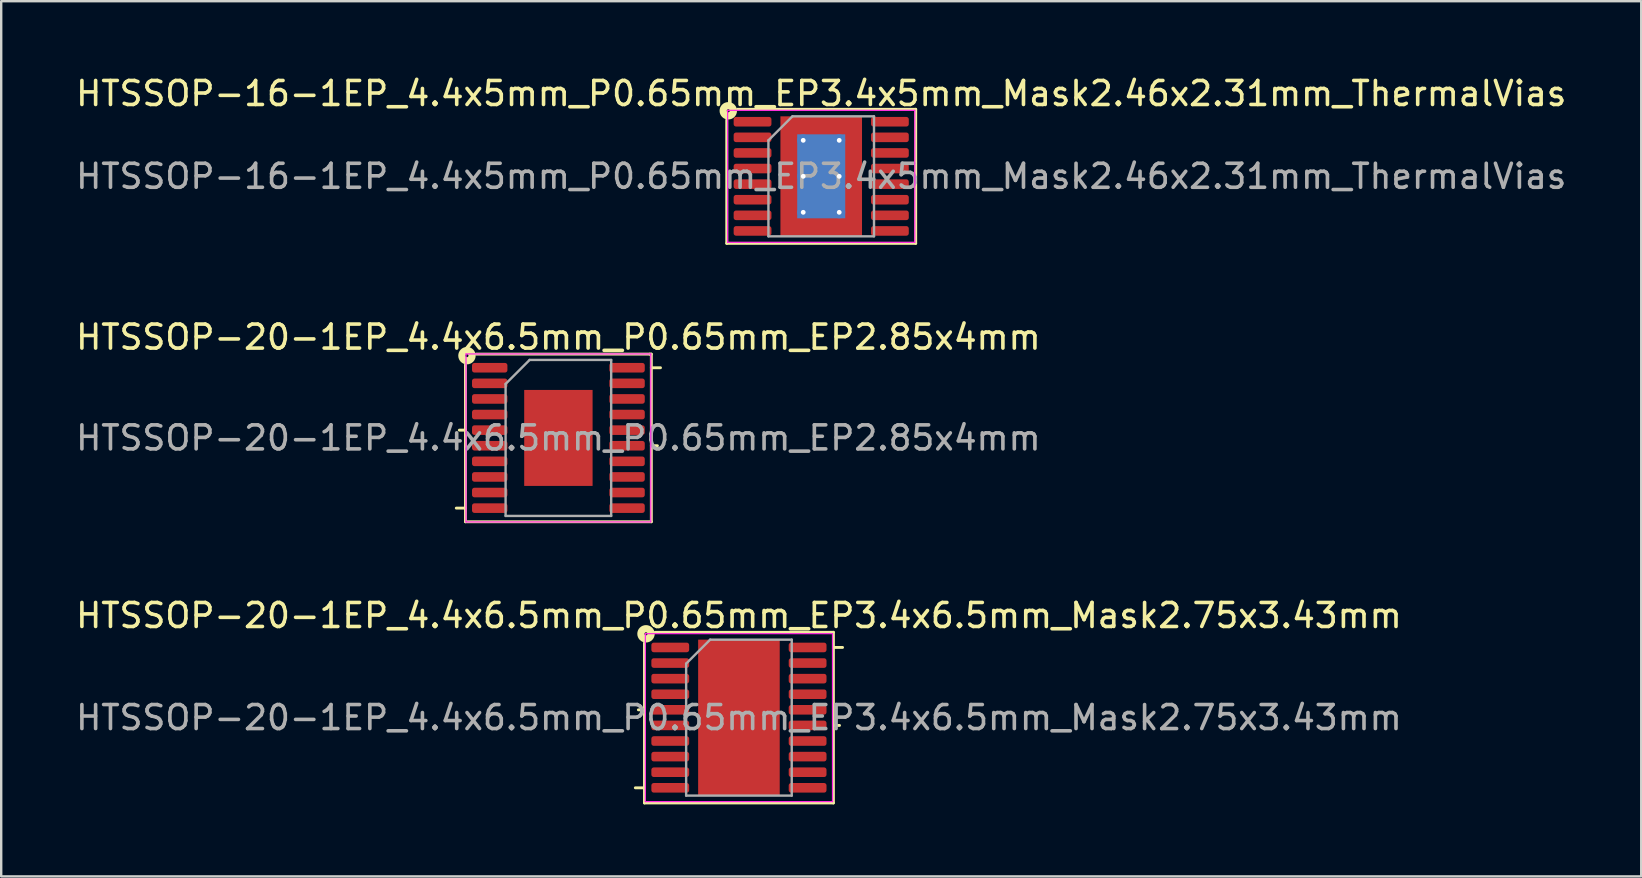
<source format=kicad_pcb>
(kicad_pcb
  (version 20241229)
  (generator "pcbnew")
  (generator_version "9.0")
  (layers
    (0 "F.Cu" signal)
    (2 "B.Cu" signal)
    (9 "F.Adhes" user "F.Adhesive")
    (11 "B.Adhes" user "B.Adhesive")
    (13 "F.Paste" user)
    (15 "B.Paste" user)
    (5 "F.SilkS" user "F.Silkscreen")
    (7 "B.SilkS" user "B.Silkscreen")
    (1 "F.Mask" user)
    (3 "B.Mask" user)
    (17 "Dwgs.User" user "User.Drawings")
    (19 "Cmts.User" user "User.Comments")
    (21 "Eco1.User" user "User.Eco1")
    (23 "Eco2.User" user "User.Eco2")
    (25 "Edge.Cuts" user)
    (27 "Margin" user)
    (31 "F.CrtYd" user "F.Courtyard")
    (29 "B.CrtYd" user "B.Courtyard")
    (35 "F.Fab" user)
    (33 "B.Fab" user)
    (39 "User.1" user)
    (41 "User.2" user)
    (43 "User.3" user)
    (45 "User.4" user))
  (footprint "HTSSOP-20-1EP_4.4x6.5mm_P0.65mm_EP3.4x6.5mm_Mask2.75x3.43mm"
    (layer "F.Cu")
    (at 27.744 26.856)
    (property "Reference" "HTSSOP-20-1EP_4.4x6.5mm_P0.65mm_EP3.4x6.5mm_Mask2.75x3.43mm" (at 0 -4.255 0) (layer "F.SilkS") (effects (font (size 1 1) (thickness 0.15))))
    (attr smd)
    (fp_line (start -3.937 -0.325) (end -4.191 -0.325) (stroke (width 0.12) (type solid)) (layer "F.SilkS"))
    (fp_line (start -3.937 2.925) (end -4.318 2.925) (stroke (width 0.12) (type solid)) (layer "F.SilkS"))
    (fp_line (start -3.937 3.556) (end -3.937 -3.111) (stroke (width 0.12) (type solid)) (layer "F.SilkS"))
    (fp_line (start -3.493 -3.556) (end 3.937 -3.556) (stroke (width 0.12) (type solid)) (layer "F.SilkS"))
    (fp_line (start 3.937 -3.556) (end 3.937 3.556) (stroke (width 0.12) (type solid)) (layer "F.SilkS"))
    (fp_line (start 3.937 -2.925) (end 4.318 -2.925) (stroke (width 0.12) (type solid)) (layer "F.SilkS"))
    (fp_line (start 3.937 0.325) (end 4.191 0.325) (stroke (width 0.12) (type solid)) (layer "F.SilkS"))
    (fp_line (start 3.937 3.556) (end -3.937 3.556) (stroke (width 0.12) (type solid)) (layer "F.SilkS"))
    (fp_circle (center -3.873 -3.493) (end -3.81 -3.493) (stroke (width 0.3) (type solid)) (fill no) (layer "F.SilkS"))
    (fp_line (start -3.9 -3.5) (end -3.9 3.5) (stroke (width 0.05) (type solid)) (layer "F.CrtYd"))
    (fp_line (start -3.9 3.5) (end 3.9 3.5) (stroke (width 0.05) (type solid)) (layer "F.CrtYd"))
    (fp_line (start 3.9 -3.5) (end -3.9 -3.5) (stroke (width 0.05) (type solid)) (layer "F.CrtYd"))
    (fp_line (start 3.9 3.5) (end 3.9 -3.5) (stroke (width 0.05) (type solid)) (layer "F.CrtYd"))
    (fp_line (start -2.2 -2.25) (end -1.2 -3.25) (stroke (width 0.1) (type solid)) (layer "F.Fab"))
    (fp_line (start -2.2 3.25) (end -2.2 -2.25) (stroke (width 0.1) (type solid)) (layer "F.Fab"))
    (fp_line (start -1.2 -3.25) (end 2.2 -3.25) (stroke (width 0.1) (type solid)) (layer "F.Fab"))
    (fp_line (start 2.2 -3.25) (end 2.2 3.25) (stroke (width 0.1) (type solid)) (layer "F.Fab"))
    (fp_line (start 2.2 3.25) (end -2.2 3.25) (stroke (width 0.1) (type solid)) (layer "F.Fab"))
    (fp_text user "${REFERENCE}" (at 0 0 0) (layer "F.Fab") (effects (font (size 1 1) (thickness 0.15))))
    (pad "" smd roundrect (at -0.69 -0.86) (size 1.11 1.38) (layers "F.Paste") (roundrect_rratio 0.225))
    (pad "" smd roundrect (at -0.69 0.86) (size 1.11 1.38) (layers "F.Paste") (roundrect_rratio 0.225))
    (pad "" smd rect (at 0 0) (size 2.75 3.43) (layers "F.Mask"))
    (pad "" smd roundrect (at 0.69 -0.86) (size 1.11 1.38) (layers "F.Paste") (roundrect_rratio 0.225))
    (pad "" smd roundrect (at 0.69 0.86) (size 1.11 1.38) (layers "F.Paste") (roundrect_rratio 0.225))
    (pad "1" smd roundrect (at -2.862 -2.925) (size 1.575 0.4) (layers "F.Cu" "F.Mask" "F.Paste") (roundrect_rratio 0.25))
    (pad "2" smd roundrect (at -2.862 -2.275) (size 1.575 0.4) (layers "F.Cu" "F.Mask" "F.Paste") (roundrect_rratio 0.25))
    (pad "3" smd roundrect (at -2.862 -1.625) (size 1.575 0.4) (layers "F.Cu" "F.Mask" "F.Paste") (roundrect_rratio 0.25))
    (pad "4" smd roundrect (at -2.862 -0.975) (size 1.575 0.4) (layers "F.Cu" "F.Mask" "F.Paste") (roundrect_rratio 0.25))
    (pad "5" smd roundrect (at -2.862 -0.325) (size 1.575 0.4) (layers "F.Cu" "F.Mask" "F.Paste") (roundrect_rratio 0.25))
    (pad "6" smd roundrect (at -2.862 0.325) (size 1.575 0.4) (layers "F.Cu" "F.Mask" "F.Paste") (roundrect_rratio 0.25))
    (pad "7" smd roundrect (at -2.862 0.975) (size 1.575 0.4) (layers "F.Cu" "F.Mask" "F.Paste") (roundrect_rratio 0.25))
    (pad "8" smd roundrect (at -2.862 1.625) (size 1.575 0.4) (layers "F.Cu" "F.Mask" "F.Paste") (roundrect_rratio 0.25))
    (pad "9" smd roundrect (at -2.862 2.275) (size 1.575 0.4) (layers "F.Cu" "F.Mask" "F.Paste") (roundrect_rratio 0.25))
    (pad "10" smd roundrect (at -2.862 2.925) (size 1.575 0.4) (layers "F.Cu" "F.Mask" "F.Paste") (roundrect_rratio 0.25))
    (pad "11" smd roundrect (at 2.862 2.925) (size 1.575 0.4) (layers "F.Cu" "F.Mask" "F.Paste") (roundrect_rratio 0.25))
    (pad "12" smd roundrect (at 2.862 2.275) (size 1.575 0.4) (layers "F.Cu" "F.Mask" "F.Paste") (roundrect_rratio 0.25))
    (pad "13" smd roundrect (at 2.862 1.625) (size 1.575 0.4) (layers "F.Cu" "F.Mask" "F.Paste") (roundrect_rratio 0.25))
    (pad "14" smd roundrect (at 2.862 0.975) (size 1.575 0.4) (layers "F.Cu" "F.Mask" "F.Paste") (roundrect_rratio 0.25))
    (pad "15" smd roundrect (at 2.862 0.325) (size 1.575 0.4) (layers "F.Cu" "F.Mask" "F.Paste") (roundrect_rratio 0.25))
    (pad "16" smd roundrect (at 2.862 -0.325) (size 1.575 0.4) (layers "F.Cu" "F.Mask" "F.Paste") (roundrect_rratio 0.25))
    (pad "17" smd roundrect (at 2.862 -0.975) (size 1.575 0.4) (layers "F.Cu" "F.Mask" "F.Paste") (roundrect_rratio 0.25))
    (pad "18" smd roundrect (at 2.862 -1.625) (size 1.575 0.4) (layers "F.Cu" "F.Mask" "F.Paste") (roundrect_rratio 0.25))
    (pad "19" smd roundrect (at 2.862 -2.275) (size 1.575 0.4) (layers "F.Cu" "F.Mask" "F.Paste") (roundrect_rratio 0.25))
    (pad "20" smd roundrect (at 2.862 -2.925) (size 1.575 0.4) (layers "F.Cu" "F.Mask" "F.Paste") (roundrect_rratio 0.25))
    (pad "21" smd rect (at 0 0) (size 3.4 6.5) (layers "F.Cu")))
  (footprint "HTSSOP-20-1EP_4.4x6.5mm_P0.65mm_EP2.85x4mm"
    (layer "F.Cu")
    (at 20.22 15.2)
    (property "Reference" "HTSSOP-20-1EP_4.4x6.5mm_P0.65mm_EP2.85x4mm" (at 0 -4.2 0) (layer "F.SilkS") (effects (font (size 1 1) (thickness 0.15))))
    (attr smd)
    (fp_line (start -3.873 -0.325) (end -4.128 -0.325) (stroke (width 0.12) (type solid)) (layer "F.SilkS"))
    (fp_line (start -3.873 2.925) (end -4.255 2.925) (stroke (width 0.12) (type solid)) (layer "F.SilkS"))
    (fp_line (start -3.873 3.493) (end -3.873 -3.048) (stroke (width 0.12) (type solid)) (layer "F.SilkS"))
    (fp_line (start -3.429 -3.493) (end 3.81 -3.493) (stroke (width 0.12) (type solid)) (layer "F.SilkS"))
    (fp_line (start 3.81 -3.493) (end 3.873 -3.493) (stroke (width 0.12) (type solid)) (layer "F.SilkS"))
    (fp_line (start 3.873 -3.493) (end 3.873 3.493) (stroke (width 0.12) (type solid)) (layer "F.SilkS"))
    (fp_line (start 3.873 -2.925) (end 4.255 -2.925) (stroke (width 0.12) (type solid)) (layer "F.SilkS"))
    (fp_line (start 3.873 0.325) (end 4.128 0.325) (stroke (width 0.12) (type solid)) (layer "F.SilkS"))
    (fp_line (start 3.873 3.493) (end -3.873 3.493) (stroke (width 0.12) (type solid)) (layer "F.SilkS"))
    (fp_circle (center -3.81 -3.429) (end -3.747 -3.429) (stroke (width 0.3) (type solid)) (fill no) (layer "F.SilkS"))
    (fp_line (start -3.85 -3.5) (end -3.85 3.5) (stroke (width 0.05) (type solid)) (layer "F.CrtYd"))
    (fp_line (start -3.85 3.5) (end 3.85 3.5) (stroke (width 0.05) (type solid)) (layer "F.CrtYd"))
    (fp_line (start 3.85 -3.5) (end -3.85 -3.5) (stroke (width 0.05) (type solid)) (layer "F.CrtYd"))
    (fp_line (start 3.85 3.5) (end 3.85 -3.5) (stroke (width 0.05) (type solid)) (layer "F.CrtYd"))
    (fp_line (start -2.2 -2.25) (end -1.2 -3.25) (stroke (width 0.1) (type solid)) (layer "F.Fab"))
    (fp_line (start -2.2 3.25) (end -2.2 -2.25) (stroke (width 0.1) (type solid)) (layer "F.Fab"))
    (fp_line (start -1.2 -3.25) (end 2.2 -3.25) (stroke (width 0.1) (type solid)) (layer "F.Fab"))
    (fp_line (start 2.2 -3.25) (end 2.2 3.25) (stroke (width 0.1) (type solid)) (layer "F.Fab"))
    (fp_line (start 2.2 3.25) (end -2.2 3.25) (stroke (width 0.1) (type solid)) (layer "F.Fab"))
    (fp_text user "${REFERENCE}" (at 0 0 0) (layer "F.Fab") (effects (font (size 1 1) (thickness 0.15))))
    (pad "" smd roundrect (at 0 -1) (size 2.3 1.61) (layers "F.Paste") (roundrect_rratio 0.155))
    (pad "" smd roundrect (at 0 1) (size 2.3 1.61) (layers "F.Paste") (roundrect_rratio 0.155))
    (pad "1" smd roundrect (at -2.862 -2.925) (size 1.475 0.4) (layers "F.Cu" "F.Mask" "F.Paste") (roundrect_rratio 0.25))
    (pad "2" smd roundrect (at -2.862 -2.275) (size 1.475 0.4) (layers "F.Cu" "F.Mask" "F.Paste") (roundrect_rratio 0.25))
    (pad "3" smd roundrect (at -2.862 -1.625) (size 1.475 0.4) (layers "F.Cu" "F.Mask" "F.Paste") (roundrect_rratio 0.25))
    (pad "4" smd roundrect (at -2.862 -0.975) (size 1.475 0.4) (layers "F.Cu" "F.Mask" "F.Paste") (roundrect_rratio 0.25))
    (pad "5" smd roundrect (at -2.862 -0.325) (size 1.475 0.4) (layers "F.Cu" "F.Mask" "F.Paste") (roundrect_rratio 0.25))
    (pad "6" smd roundrect (at -2.862 0.325) (size 1.475 0.4) (layers "F.Cu" "F.Mask" "F.Paste") (roundrect_rratio 0.25))
    (pad "7" smd roundrect (at -2.862 0.975) (size 1.475 0.4) (layers "F.Cu" "F.Mask" "F.Paste") (roundrect_rratio 0.25))
    (pad "8" smd roundrect (at -2.862 1.625) (size 1.475 0.4) (layers "F.Cu" "F.Mask" "F.Paste") (roundrect_rratio 0.25))
    (pad "9" smd roundrect (at -2.862 2.275) (size 1.475 0.4) (layers "F.Cu" "F.Mask" "F.Paste") (roundrect_rratio 0.25))
    (pad "10" smd roundrect (at -2.862 2.925) (size 1.475 0.4) (layers "F.Cu" "F.Mask" "F.Paste") (roundrect_rratio 0.25))
    (pad "11" smd roundrect (at 2.862 2.925) (size 1.475 0.4) (layers "F.Cu" "F.Mask" "F.Paste") (roundrect_rratio 0.25))
    (pad "12" smd roundrect (at 2.862 2.275) (size 1.475 0.4) (layers "F.Cu" "F.Mask" "F.Paste") (roundrect_rratio 0.25))
    (pad "13" smd roundrect (at 2.862 1.625) (size 1.475 0.4) (layers "F.Cu" "F.Mask" "F.Paste") (roundrect_rratio 0.25))
    (pad "14" smd roundrect (at 2.862 0.975) (size 1.475 0.4) (layers "F.Cu" "F.Mask" "F.Paste") (roundrect_rratio 0.25))
    (pad "15" smd roundrect (at 2.862 0.325) (size 1.475 0.4) (layers "F.Cu" "F.Mask" "F.Paste") (roundrect_rratio 0.25))
    (pad "16" smd roundrect (at 2.862 -0.325) (size 1.475 0.4) (layers "F.Cu" "F.Mask" "F.Paste") (roundrect_rratio 0.25))
    (pad "17" smd roundrect (at 2.862 -0.975) (size 1.475 0.4) (layers "F.Cu" "F.Mask" "F.Paste") (roundrect_rratio 0.25))
    (pad "18" smd roundrect (at 2.862 -1.625) (size 1.475 0.4) (layers "F.Cu" "F.Mask" "F.Paste") (roundrect_rratio 0.25))
    (pad "19" smd roundrect (at 2.862 -2.275) (size 1.475 0.4) (layers "F.Cu" "F.Mask" "F.Paste") (roundrect_rratio 0.25))
    (pad "20" smd roundrect (at 2.862 -2.925) (size 1.475 0.4) (layers "F.Cu" "F.Mask" "F.Paste") (roundrect_rratio 0.25))
    (pad "21" smd rect (at 0 0) (size 2.85 4) (layers "F.Cu" "F.Mask")))
  (footprint "HTSSOP-16-1EP_4.4x5mm_P0.65mm_EP3.4x5mm_Mask2.46x2.31mm_ThermalVias"
    (layer "F.Cu")
    (at 31.173 4.298)
    (property "Reference" "HTSSOP-16-1EP_4.4x5mm_P0.65mm_EP3.4x5mm_Mask2.46x2.31mm_ThermalVias" (at 0 -3.45 0) (layer "F.SilkS") (effects (font (size 1 1) (thickness 0.15))))
    (attr smd)
    (fp_line (start -3.937 2.794) (end -3.937 -2.349) (stroke (width 0.12) (type solid)) (layer "F.SilkS"))
    (fp_line (start -3.493 -2.794) (end 3.937 -2.794) (stroke (width 0.12) (type solid)) (layer "F.SilkS"))
    (fp_line (start 3.937 -2.794) (end 3.937 2.794) (stroke (width 0.12) (type solid)) (layer "F.SilkS"))
    (fp_line (start 3.937 2.794) (end -3.937 2.794) (stroke (width 0.12) (type solid)) (layer "F.SilkS"))
    (fp_circle (center -3.873 -2.731) (end -3.81 -2.731) (stroke (width 0.3) (type solid)) (fill no) (layer "F.SilkS"))
    (fp_line (start -3.9 -2.75) (end -3.9 2.75) (stroke (width 0.05) (type solid)) (layer "F.CrtYd"))
    (fp_line (start -3.9 2.75) (end 3.9 2.75) (stroke (width 0.05) (type solid)) (layer "F.CrtYd"))
    (fp_line (start 3.9 -2.75) (end -3.9 -2.75) (stroke (width 0.05) (type solid)) (layer "F.CrtYd"))
    (fp_line (start 3.9 2.75) (end 3.9 -2.75) (stroke (width 0.05) (type solid)) (layer "F.CrtYd"))
    (fp_line (start -2.2 -1.5) (end -1.2 -2.5) (stroke (width 0.1) (type solid)) (layer "F.Fab"))
    (fp_line (start -2.2 2.5) (end -2.2 -1.5) (stroke (width 0.1) (type solid)) (layer "F.Fab"))
    (fp_line (start -1.2 -2.5) (end 2.2 -2.5) (stroke (width 0.1) (type solid)) (layer "F.Fab"))
    (fp_line (start 2.2 -2.5) (end 2.2 2.5) (stroke (width 0.1) (type solid)) (layer "F.Fab"))
    (fp_line (start 2.2 2.5) (end -2.2 2.5) (stroke (width 0.1) (type solid)) (layer "F.Fab"))
    (fp_text user "${REFERENCE}" (at 0 0 0) (layer "F.Fab") (effects (font (size 1 1) (thickness 0.15))))
    (pad "" smd roundrect (at 0 -0.58) (size 1.98 0.93) (layers "F.Paste") (roundrect_rratio 0.25))
    (pad "" smd rect (at 0 0) (size 2.46 2.31) (layers "F.Mask"))
    (pad "" smd roundrect (at 0 0.58) (size 1.98 0.93) (layers "F.Paste") (roundrect_rratio 0.25))
    (pad "1" smd roundrect (at -2.862 -2.275) (size 1.575 0.4) (layers "F.Cu" "F.Mask" "F.Paste") (roundrect_rratio 0.25))
    (pad "2" smd roundrect (at -2.862 -1.625) (size 1.575 0.4) (layers "F.Cu" "F.Mask" "F.Paste") (roundrect_rratio 0.25))
    (pad "3" smd roundrect (at -2.862 -0.975) (size 1.575 0.4) (layers "F.Cu" "F.Mask" "F.Paste") (roundrect_rratio 0.25))
    (pad "4" smd roundrect (at -2.862 -0.325) (size 1.575 0.4) (layers "F.Cu" "F.Mask" "F.Paste") (roundrect_rratio 0.25))
    (pad "5" smd roundrect (at -2.862 0.325) (size 1.575 0.4) (layers "F.Cu" "F.Mask" "F.Paste") (roundrect_rratio 0.25))
    (pad "6" smd roundrect (at -2.862 0.975) (size 1.575 0.4) (layers "F.Cu" "F.Mask" "F.Paste") (roundrect_rratio 0.25))
    (pad "7" smd roundrect (at -2.862 1.625) (size 1.575 0.4) (layers "F.Cu" "F.Mask" "F.Paste") (roundrect_rratio 0.25))
    (pad "8" smd roundrect (at -2.862 2.275) (size 1.575 0.4) (layers "F.Cu" "F.Mask" "F.Paste") (roundrect_rratio 0.25))
    (pad "9" smd roundrect (at 2.862 2.275) (size 1.575 0.4) (layers "F.Cu" "F.Mask" "F.Paste") (roundrect_rratio 0.25))
    (pad "10" smd roundrect (at 2.862 1.625) (size 1.575 0.4) (layers "F.Cu" "F.Mask" "F.Paste") (roundrect_rratio 0.25))
    (pad "11" smd roundrect (at 2.862 0.975) (size 1.575 0.4) (layers "F.Cu" "F.Mask" "F.Paste") (roundrect_rratio 0.25))
    (pad "12" smd roundrect (at 2.862 0.325) (size 1.575 0.4) (layers "F.Cu" "F.Mask" "F.Paste") (roundrect_rratio 0.25))
    (pad "13" smd roundrect (at 2.862 -0.325) (size 1.575 0.4) (layers "F.Cu" "F.Mask" "F.Paste") (roundrect_rratio 0.25))
    (pad "14" smd roundrect (at 2.862 -0.975) (size 1.575 0.4) (layers "F.Cu" "F.Mask" "F.Paste") (roundrect_rratio 0.25))
    (pad "15" smd roundrect (at 2.862 -1.625) (size 1.575 0.4) (layers "F.Cu" "F.Mask" "F.Paste") (roundrect_rratio 0.25))
    (pad "16" smd roundrect (at 2.862 -2.275) (size 1.575 0.4) (layers "F.Cu" "F.Mask" "F.Paste") (roundrect_rratio 0.25))
    (pad "17" thru_hole circle (at -0.75 -1.5) (size 0.5 0.5) (drill 0.2) (layers "*.Cu"))
    (pad "17" thru_hole circle (at -0.75 0) (size 0.5 0.5) (drill 0.2) (layers "*.Cu"))
    (pad "17" thru_hole circle (at -0.75 1.5) (size 0.5 0.5) (drill 0.2) (layers "*.Cu"))
    (pad "17" smd rect (at 0 0) (size 2 3.5) (layers "B.Cu" "B.Mask"))
    (pad "17" smd rect (at 0 0) (size 3.4 5) (layers "F.Cu"))
    (pad "17" thru_hole circle (at 0.75 -1.5) (size 0.5 0.5) (drill 0.2) (layers "*.Cu"))
    (pad "17" thru_hole circle (at 0.75 0) (size 0.5 0.5) (drill 0.2) (layers "*.Cu"))
    (pad "17" thru_hole circle (at 0.75 1.5) (size 0.5 0.5) (drill 0.2) (layers "*.Cu")))
  (gr_rect
    (start -3 -3)
    (end 65.345 33.472)
    (stroke (width 0.1) (type default))
    (fill no)
    (layer "Edge.Cuts")))
</source>
